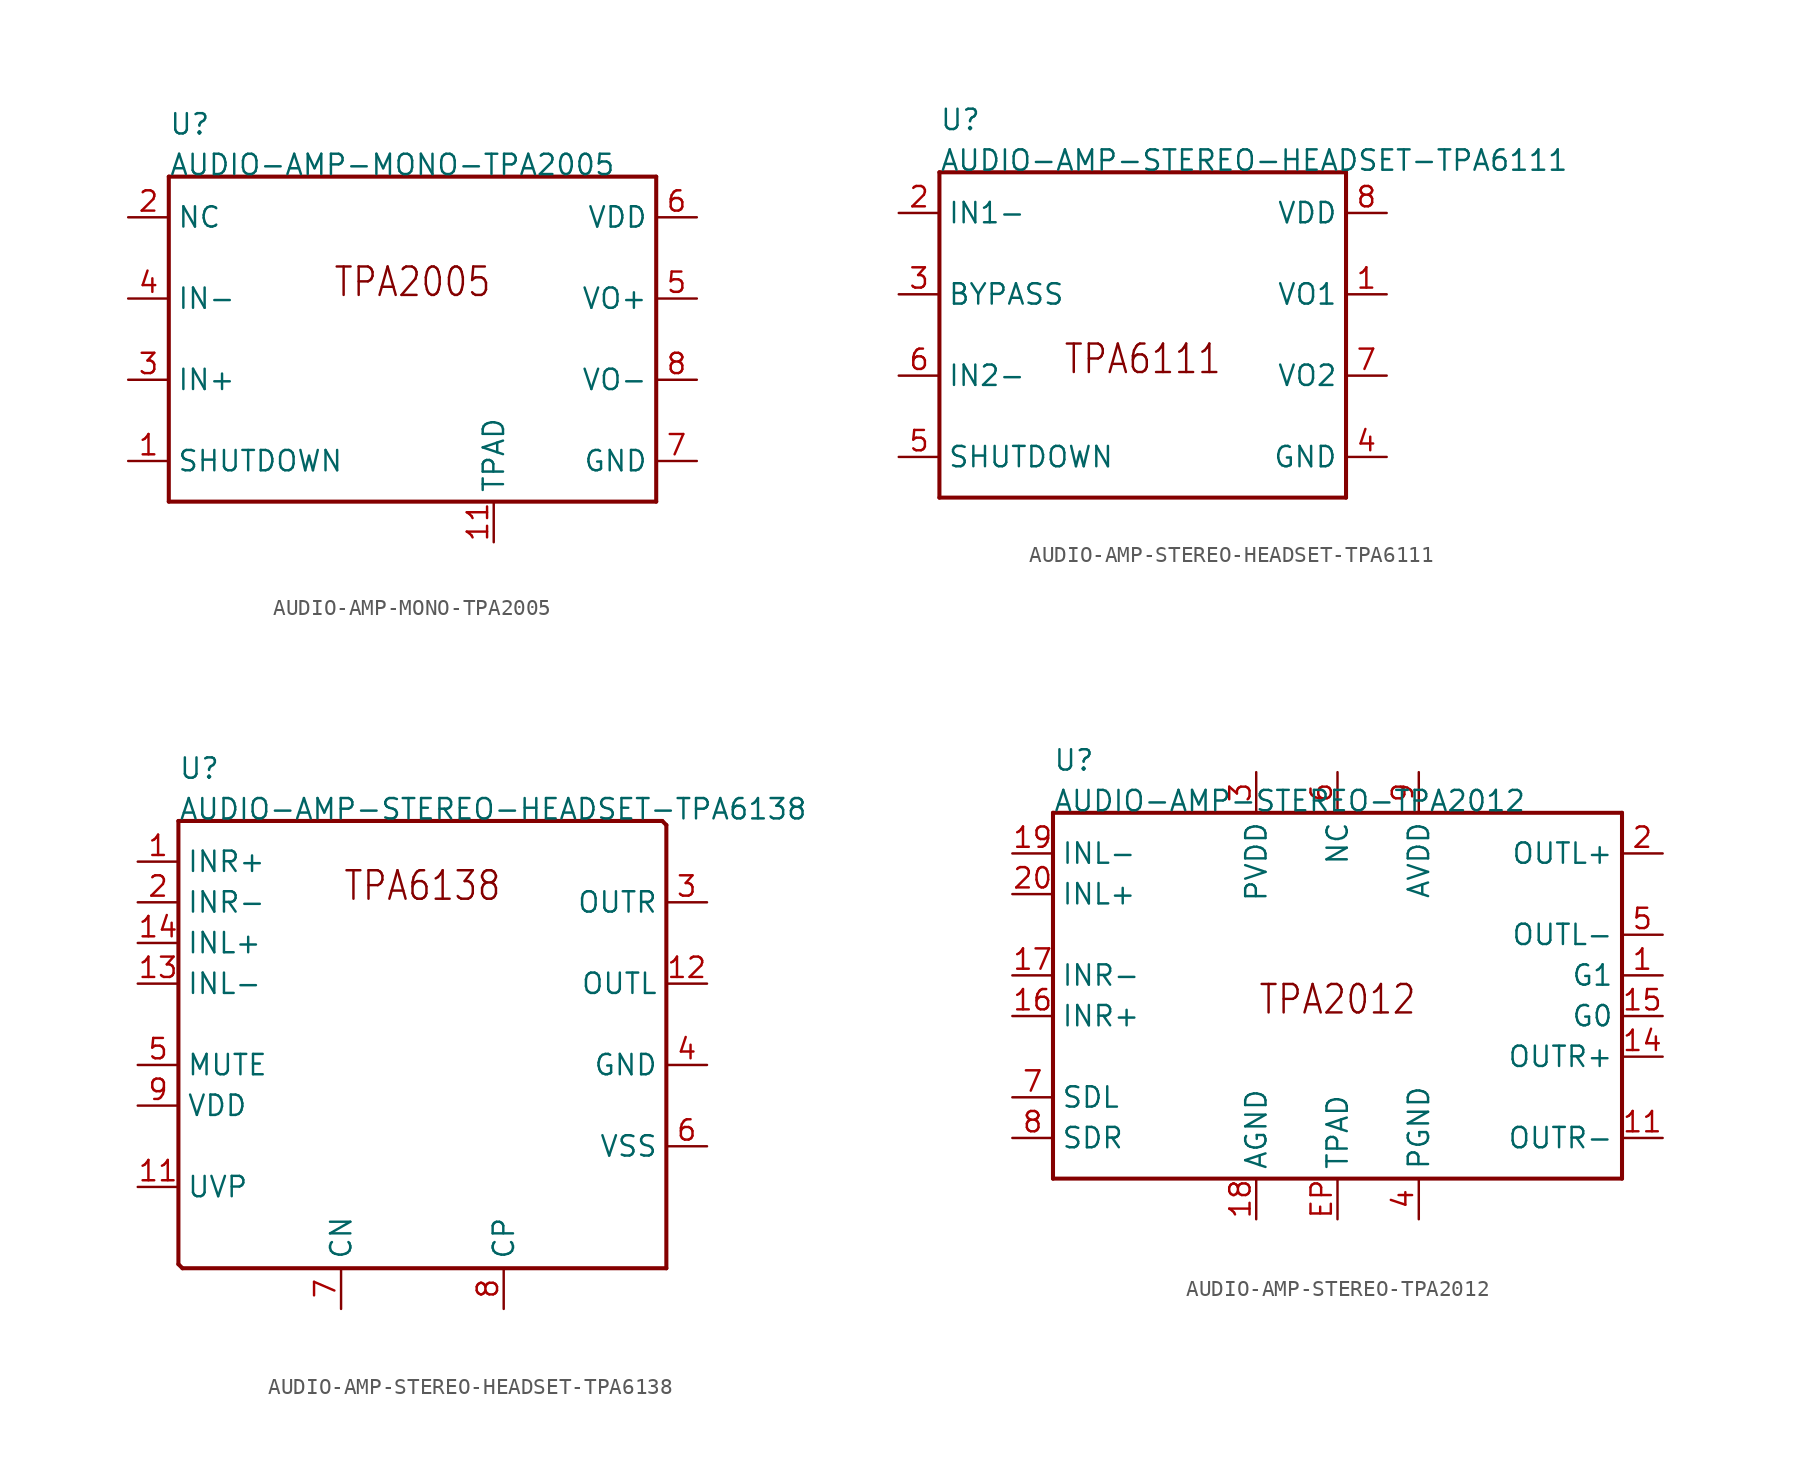
<source format=kicad_sym>
(kicad_symbol_lib
  (version 20211014)
  (generator kicad_symbol_editor)
  (symbol "AUDIO-AMP-MONO-TPA2005"
    (pin_names)
    (property "Reference" "U"
      (at -15.24 12.7 0)
      (effects (font (size 1.27 1.27)) (justify left bottom)))
    (property "Value" "AUDIO-AMP-MONO-TPA2005"
      (at -15.24 10.16 0)
      (effects (font (size 1.27 1.27)) (justify left bottom)))
    (property "Datasheet" ""
      (at 0 0 0))
    (property "ki_description" "TPA2005  - IC AMP CLASS D MONO 1.45W 8SON  Technical Specifications:    Amplifier IC 1-Channel (Mono) Class D 8-SON (3x3)   Output: 1-Channel (Mono)   Max Power: 1.4W into 8 OHM from 5V Supply   Supply Voltage: 2.5V~5.5V   Efficiency: 79% @ 100mW, 84% @ 400mW   Features: Differntial Inputs, Short-Circuit and Thermal Protection, Shutdown       Component Search:  TPA2005   Datasheet:  TPA2005D1-Q1 1.4-W Mono Filter-Free Class-D Audio Power Amplifier datasheet (Rev. E)  "
      (at 0 0 0))
    (property "ki_fp_filters" "FlashPCB_ICs:8-VSON(3X3)"
      (at 0 0 0))
    (symbol "AUDIO-AMP-MONO-TPA2005_1_1"
      (text "TPA2005" (at 0 2.54 0) (effects (font (size 1.778 1.52)) (justify bottom)))
      (polyline (pts (xy -15.24 10.16) (xy 15.24 10.16)) (stroke (width 0.254)) (fill (type none)))
      (polyline (pts (xy 15.24 10.16) (xy 15.24 -10.16)) (stroke (width 0.254)) (fill (type none)))
      (polyline (pts (xy 15.24 -10.16) (xy -15.24 -10.16)) (stroke (width 0.254)) (fill (type none)))
      (polyline (pts (xy -15.24 -10.16) (xy -15.24 10.16)) (stroke (width 0.254)) (fill (type none)))
      (pin bidirectional line (at -17.78 -2.54 0) (length 2.54) (name "IN+" (effects (font (size 1.27 1.27)))) (number "3" (effects (font (size 1.27 1.27)))))
      (pin bidirectional line (at -17.78 7.62 0) (length 2.54) (name "NC" (effects (font (size 1.27 1.27)))) (number "2" (effects (font (size 1.27 1.27)))))
      (pin bidirectional line (at -17.78 2.54 0) (length 2.54) (name "IN-" (effects (font (size 1.27 1.27)))) (number "4" (effects (font (size 1.27 1.27)))))
      (pin bidirectional line (at -17.78 -7.62 0) (length 2.54) (name "SHUTDOWN" (effects (font (size 1.27 1.27)))) (number "1" (effects (font (size 1.27 1.27)))))
      (pin bidirectional line (at 17.78 2.54 180) (length 2.54) (name "VO+" (effects (font (size 1.27 1.27)))) (number "5" (effects (font (size 1.27 1.27)))))
      (pin bidirectional line (at 17.78 -2.54 180) (length 2.54) (name "VO-" (effects (font (size 1.27 1.27)))) (number "8" (effects (font (size 1.27 1.27)))))
      (pin bidirectional line (at 17.78 -7.62 180) (length 2.54) (name "GND" (effects (font (size 1.27 1.27)))) (number "7" (effects (font (size 1.27 1.27)))))
      (pin bidirectional line (at 17.78 7.62 180) (length 2.54) (name "VDD" (effects (font (size 1.27 1.27)))) (number "6" (effects (font (size 1.27 1.27)))))
      (pin bidirectional line (at 5.08 -12.7 90) (length 2.54) (name "TPAD" (effects (font (size 1.27 1.27)))) (number "11" (effects (font (size 1.27 1.27)))))))
  (symbol "AUDIO-AMP-STEREO-HEADSET-TPA6111"
    (pin_names)
    (property "Reference" "U"
      (at -12.7 12.7 0)
      (effects (font (size 1.27 1.27)) (justify left bottom)))
    (property "Value" "AUDIO-AMP-STEREO-HEADSET-TPA6111"
      (at -12.7 10.16 0)
      (effects (font (size 1.27 1.27)) (justify left bottom)))
    (property "Datasheet" ""
      (at 0 0 0))
    (property "ki_description" "TPA6111  - IC AMP CLASS AB STER 150MW 8SOIC  Technical Specifications:    Amplifier IC Headphones, 2-Channel (Stereo) Class AB 8-SOIC   Output Type: Headphones, 2-Channel (Stereo)   Max Output Power: 150mW x 2 @16 Ohm   Supply Voltage: 2.5V~5.5V   Features: Depop, Short-Circuit, Thermal Protection, Shutdown   Pin Compatible w/ TPA122, LM4880, LM4881 (SOIC)       Component Search:  TPA6111   Datasheet:  TPA6111A2 150-mW Stereo Audio Power Amplifier datasheet (Rev. C)  "
      (at 0 0 0))
    (property "ki_fp_filters" "FlashPCB_ICs:SOIC-8-150MIL-3.9MM"
      (at 0 0 0))
    (symbol "AUDIO-AMP-STEREO-HEADSET-TPA6111_1_1"
      (text "TPA6111" (at 0 -2.54 0) (effects (font (size 1.778 1.52)) (justify bottom)))
      (polyline (pts (xy -12.7 10.16) (xy 12.7 10.16)) (stroke (width 0.254)) (fill (type none)))
      (polyline (pts (xy 12.7 10.16) (xy 12.7 -10.16)) (stroke (width 0.254)) (fill (type none)))
      (polyline (pts (xy 12.7 -10.16) (xy -12.7 -10.16)) (stroke (width 0.254)) (fill (type none)))
      (polyline (pts (xy -12.7 -10.16) (xy -12.7 10.16)) (stroke (width 0.254)) (fill (type none)))
      (pin bidirectional line (at -15.24 7.62 0) (length 2.54) (name "IN1-" (effects (font (size 1.27 1.27)))) (number "2" (effects (font (size 1.27 1.27)))))
      (pin bidirectional line (at -15.24 2.54 0) (length 2.54) (name "BYPASS" (effects (font (size 1.27 1.27)))) (number "3" (effects (font (size 1.27 1.27)))))
      (pin bidirectional line (at -15.24 -2.54 0) (length 2.54) (name "IN2-" (effects (font (size 1.27 1.27)))) (number "6" (effects (font (size 1.27 1.27)))))
      (pin bidirectional line (at -15.24 -7.62 0) (length 2.54) (name "SHUTDOWN" (effects (font (size 1.27 1.27)))) (number "5" (effects (font (size 1.27 1.27)))))
      (pin bidirectional line (at 15.24 2.54 180) (length 2.54) (name "VO1" (effects (font (size 1.27 1.27)))) (number "1" (effects (font (size 1.27 1.27)))))
      (pin bidirectional line (at 15.24 7.62 180) (length 2.54) (name "VDD" (effects (font (size 1.27 1.27)))) (number "8" (effects (font (size 1.27 1.27)))))
      (pin bidirectional line (at 15.24 -7.62 180) (length 2.54) (name "GND" (effects (font (size 1.27 1.27)))) (number "4" (effects (font (size 1.27 1.27)))))
      (pin bidirectional line (at 15.24 -2.54 180) (length 2.54) (name "VO2" (effects (font (size 1.27 1.27)))) (number "7" (effects (font (size 1.27 1.27)))))))
  (symbol "AUDIO-AMP-STEREO-HEADSET-TPA6138"
    (pin_names)
    (property "Reference" "U"
      (at -15.24 15.24 0)
      (effects (font (size 1.27 1.27)) (justify left bottom)))
    (property "Value" "AUDIO-AMP-STEREO-HEADSET-TPA6138"
      (at -15.24 12.7 0)
      (effects (font (size 1.27 1.27)) (justify left bottom)))
    (property "Datasheet" ""
      (at 0 0 0))
    (property "ki_description" "TPA6138  - IC AMP CLSS AB STER 40MW 14TSSOP   Technical Specifications:    Amplifier IC Headphones, 2-Channel (Stereo) Class AB 14-TSSOP   Output Type: Headphones, 2-Channel (Stereo)   Max Power Output: 40mW x2 @ 32 Ohm   Supply Voltage: 3V~3.6V   Features: Depop, Differential Inputs, Mute, Short-Circuit Protection             Component Search:  TPA6138   Datasheet:  TPA6138A2 DirectPath™ Headphone Driver With Adjustable Gain datasheet (Rev. B)  "
      (at 0 0 0))
    (property "ki_fp_filters" "FlashPCB_ICs:14-TSSOP(4.4MMX5.0MM)"
      (at 0 0 0))
    (symbol "AUDIO-AMP-STEREO-HEADSET-TPA6138_1_1"
      (text "TPA6138" (at 0 7.62 0) (effects (font (size 1.778 1.52)) (justify bottom)))
      (polyline (pts (xy -15.24 12.7) (xy 14.986 12.7)) (stroke (width 0.254)) (fill (type none)))
      (polyline (pts (xy 14.986 12.7) (xy 15.24 12.446)) (stroke (width 0.254)) (fill (type none)))
      (polyline (pts (xy 15.24 12.446) (xy 15.24 -15.24)) (stroke (width 0.254)) (fill (type none)))
      (polyline (pts (xy 15.24 -15.24) (xy -14.986 -15.24)) (stroke (width 0.254)) (fill (type none)))
      (polyline (pts (xy -14.986 -15.24) (xy -15.24 -14.986)) (stroke (width 0.254)) (fill (type none)))
      (polyline (pts (xy -15.24 -14.986) (xy -15.24 12.7)) (stroke (width 0.254)) (fill (type none)))
      (pin bidirectional line (at -17.78 10.16 0) (length 2.54) (name "INR+" (effects (font (size 1.27 1.27)))) (number "1" (effects (font (size 1.27 1.27)))))
      (pin bidirectional line (at -17.78 7.62 0) (length 2.54) (name "INR-" (effects (font (size 1.27 1.27)))) (number "2" (effects (font (size 1.27 1.27)))))
      (pin bidirectional line (at -17.78 5.08 0) (length 2.54) (name "INL+" (effects (font (size 1.27 1.27)))) (number "14" (effects (font (size 1.27 1.27)))))
      (pin bidirectional line (at -17.78 2.54 0) (length 2.54) (name "INL-" (effects (font (size 1.27 1.27)))) (number "13" (effects (font (size 1.27 1.27)))))
      (pin bidirectional line (at -5.08 -17.78 90) (length 2.54) (name "CN" (effects (font (size 1.27 1.27)))) (number "7" (effects (font (size 1.27 1.27)))))
      (pin bidirectional line (at -17.78 -10.16 0) (length 2.54) (name "UVP" (effects (font (size 1.27 1.27)))) (number "11" (effects (font (size 1.27 1.27)))))
      (pin bidirectional line (at -17.78 -5.08 0) (length 2.54) (name "VDD" (effects (font (size 1.27 1.27)))) (number "9" (effects (font (size 1.27 1.27)))))
      (pin bidirectional line (at -17.78 -2.54 0) (length 2.54) (name "MUTE" (effects (font (size 1.27 1.27)))) (number "5" (effects (font (size 1.27 1.27)))))
      (pin bidirectional line (at 5.08 -17.78 90) (length 2.54) (name "CP" (effects (font (size 1.27 1.27)))) (number "8" (effects (font (size 1.27 1.27)))))
      (pin bidirectional line (at 17.78 -2.54 180) (length 2.54) (name "GND" (effects (font (size 1.27 1.27)))) (number "4" (effects (font (size 1.27 1.27)))))
      (pin bidirectional line (at 17.78 -2.54 180) (length 2.54) hide (name "GND" (effects (font (size 1.27 1.27)))) (number "10" (effects (font (size 1.27 1.27)))))
      (pin bidirectional line (at 17.78 2.54 180) (length 2.54) (name "OUTL" (effects (font (size 1.27 1.27)))) (number "12" (effects (font (size 1.27 1.27)))))
      (pin bidirectional line (at 17.78 7.62 180) (length 2.54) (name "OUTR" (effects (font (size 1.27 1.27)))) (number "3" (effects (font (size 1.27 1.27)))))
      (pin bidirectional line (at 17.78 -7.62 180) (length 2.54) (name "VSS" (effects (font (size 1.27 1.27)))) (number "6" (effects (font (size 1.27 1.27)))))))
  (symbol "AUDIO-AMP-STEREO-TPA2012"
    (pin_names)
    (property "Reference" "U"
      (at -17.78 12.7 0)
      (effects (font (size 1.27 1.27)) (justify left bottom)))
    (property "Value" "AUDIO-AMP-STEREO-TPA2012"
      (at -17.78 10.16 0)
      (effects (font (size 1.27 1.27)) (justify left bottom)))
    (property "Datasheet" ""
      (at 0 0 0))
    (property "ki_description" "TPA2012  - IC AMP CLASS D STEREO 2.1W 20QFN   Technical Specifications:    Amplifier IC 2-Channel (Stereo) Class D 20-QFN (4x4)   Output Type: 2-Channel (Stereo)   Max Power: 2.1W x 2 @ 4 Ohm 5V  / 1.4 W x 2 @ 8 Ohm 5V / 720mW x 2 @ 8 Ohm 3.6V   Supply Voltage: 2.5V~5.5V   Features: Differential Inputs, Short-Cuircuit and Thermal Protection, Shutdown       Component Search:  TPA2012   Datasheet:  TPA2012D2 2.1-W/Channel Stereo Filter-Free Class-D Audio Power Amplifier datasheet (Rev. F)  "
      (at 0 0 0))
    (property "ki_fp_filters" "FlashPCB_ICs:20-WQFN(4X4)"
      (at 0 0 0))
    (symbol "AUDIO-AMP-STEREO-TPA2012_1_1"
      (text "TPA2012" (at 0 -2.54 0) (effects (font (size 1.778 1.52)) (justify bottom)))
      (polyline (pts (xy -17.78 10.16) (xy 17.78 10.16)) (stroke (width 0.254)) (fill (type none)))
      (polyline (pts (xy 17.78 10.16) (xy 17.78 -12.7)) (stroke (width 0.254)) (fill (type none)))
      (polyline (pts (xy 17.78 -12.7) (xy -17.78 -12.7)) (stroke (width 0.254)) (fill (type none)))
      (polyline (pts (xy -17.78 -12.7) (xy -17.78 10.16)) (stroke (width 0.254)) (fill (type none)))
      (pin bidirectional line (at -20.32 7.62 0) (length 2.54) (name "INL-" (effects (font (size 1.27 1.27)))) (number "19" (effects (font (size 1.27 1.27)))))
      (pin bidirectional line (at -20.32 5.08 0) (length 2.54) (name "INL+" (effects (font (size 1.27 1.27)))) (number "20" (effects (font (size 1.27 1.27)))))
      (pin bidirectional line (at -20.32 0 0) (length 2.54) (name "INR-" (effects (font (size 1.27 1.27)))) (number "17" (effects (font (size 1.27 1.27)))))
      (pin bidirectional line (at -20.32 -2.54 0) (length 2.54) (name "INR+" (effects (font (size 1.27 1.27)))) (number "16" (effects (font (size 1.27 1.27)))))
      (pin bidirectional line (at -20.32 -7.62 0) (length 2.54) (name "SDL" (effects (font (size 1.27 1.27)))) (number "7" (effects (font (size 1.27 1.27)))))
      (pin bidirectional line (at -20.32 -10.16 0) (length 2.54) (name "SDR" (effects (font (size 1.27 1.27)))) (number "8" (effects (font (size 1.27 1.27)))))
      (pin bidirectional line (at -5.08 -15.24 90) (length 2.54) (name "AGND" (effects (font (size 1.27 1.27)))) (number "18" (effects (font (size 1.27 1.27)))))
      (pin bidirectional line (at 5.08 -15.24 90) (length 2.54) (name "PGND" (effects (font (size 1.27 1.27)))) (number "4" (effects (font (size 1.27 1.27)))))
      (pin bidirectional line (at 5.08 -15.24 90) (length 2.54) hide (name "PGND" (effects (font (size 1.27 1.27)))) (number "12" (effects (font (size 1.27 1.27)))))
      (pin bidirectional line (at 20.32 -10.16 180) (length 2.54) (name "OUTR-" (effects (font (size 1.27 1.27)))) (number "11" (effects (font (size 1.27 1.27)))))
      (pin bidirectional line (at 20.32 -5.08 180) (length 2.54) (name "OUTR+" (effects (font (size 1.27 1.27)))) (number "14" (effects (font (size 1.27 1.27)))))
      (pin bidirectional line (at 20.32 2.54 180) (length 2.54) (name "OUTL-" (effects (font (size 1.27 1.27)))) (number "5" (effects (font (size 1.27 1.27)))))
      (pin bidirectional line (at 20.32 7.62 180) (length 2.54) (name "OUTL+" (effects (font (size 1.27 1.27)))) (number "2" (effects (font (size 1.27 1.27)))))
      (pin bidirectional line (at 5.08 12.7 270) (length 2.54) (name "AVDD" (effects (font (size 1.27 1.27)))) (number "9" (effects (font (size 1.27 1.27)))))
      (pin bidirectional line (at -5.08 12.7 270) (length 2.54) (name "PVDD" (effects (font (size 1.27 1.27)))) (number "3" (effects (font (size 1.27 1.27)))))
      (pin bidirectional line (at -5.08 12.7 270) (length 2.54) hide (name "PVDD" (effects (font (size 1.27 1.27)))) (number "13" (effects (font (size 1.27 1.27)))))
      (pin bidirectional line (at 20.32 -2.54 180) (length 2.54) (name "G0" (effects (font (size 1.27 1.27)))) (number "15" (effects (font (size 1.27 1.27)))))
      (pin bidirectional line (at 20.32 0 180) (length 2.54) (name "G1" (effects (font (size 1.27 1.27)))) (number "1" (effects (font (size 1.27 1.27)))))
      (pin bidirectional line (at 0 -15.24 90) (length 2.54) (name "TPAD" (effects (font (size 1.27 1.27)))) (number "EP" (effects (font (size 1.27 1.27)))))
      (pin bidirectional line (at 0 12.7 270) (length 2.54) (name "NC" (effects (font (size 1.27 1.27)))) (number "6" (effects (font (size 1.27 1.27)))))
      (pin bidirectional line (at 0 12.7 270) (length 2.54) hide (name "NC" (effects (font (size 1.27 1.27)))) (number "10" (effects (font (size 1.27 1.27))))))))
</source>
